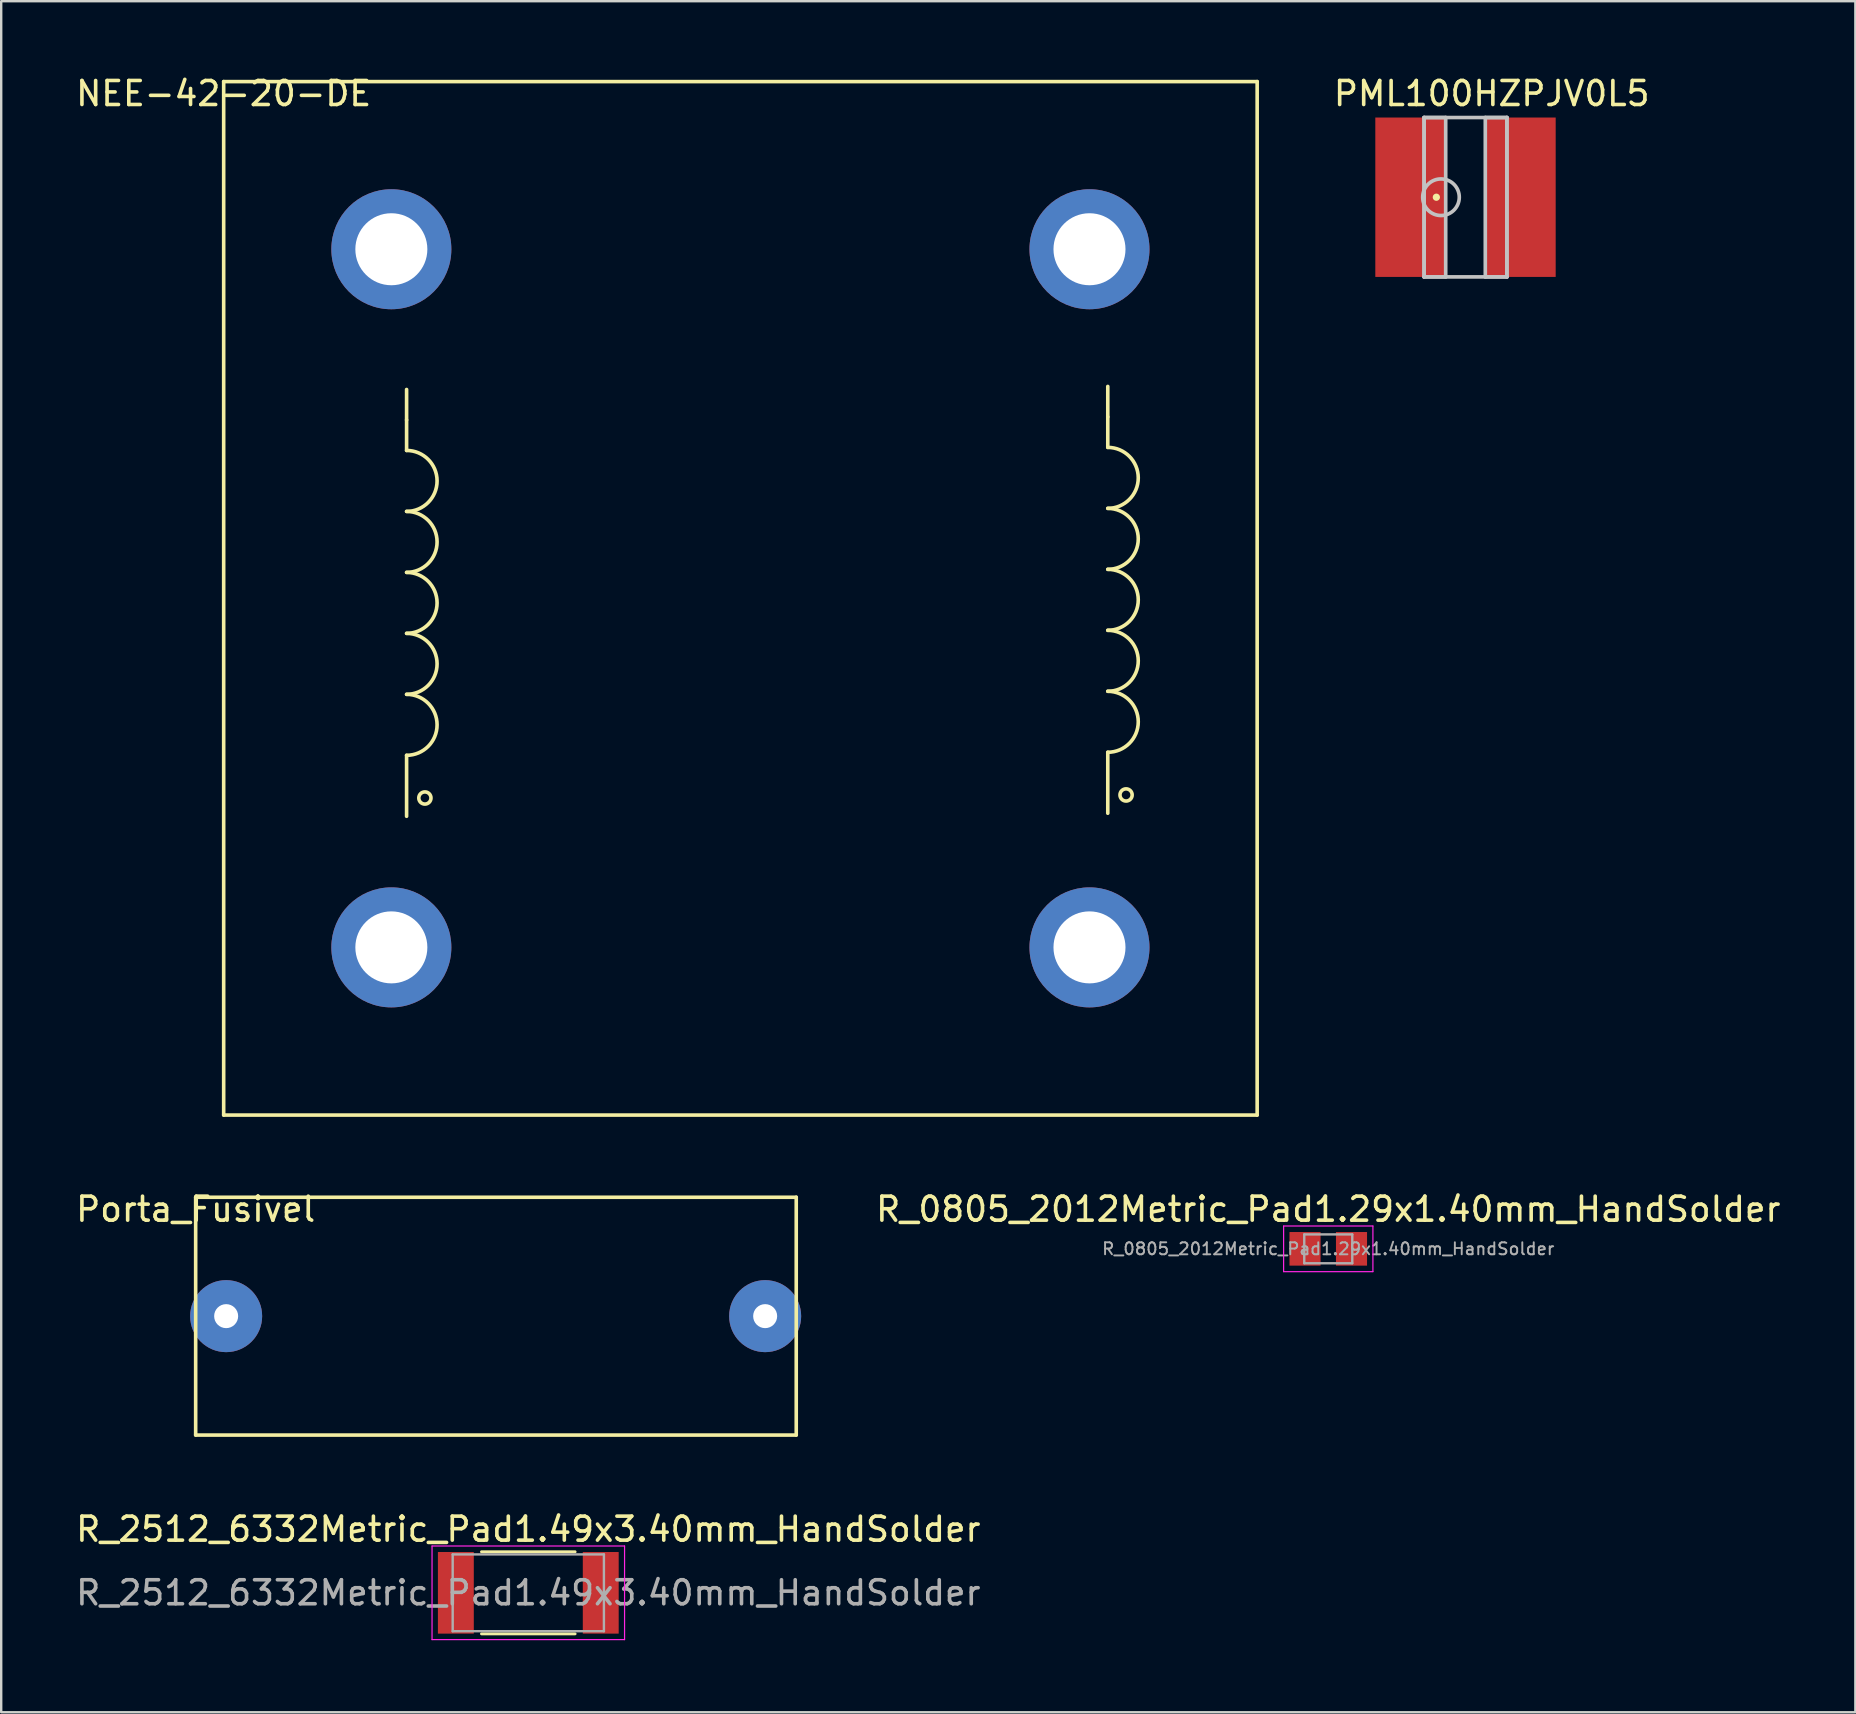
<source format=kicad_pcb>
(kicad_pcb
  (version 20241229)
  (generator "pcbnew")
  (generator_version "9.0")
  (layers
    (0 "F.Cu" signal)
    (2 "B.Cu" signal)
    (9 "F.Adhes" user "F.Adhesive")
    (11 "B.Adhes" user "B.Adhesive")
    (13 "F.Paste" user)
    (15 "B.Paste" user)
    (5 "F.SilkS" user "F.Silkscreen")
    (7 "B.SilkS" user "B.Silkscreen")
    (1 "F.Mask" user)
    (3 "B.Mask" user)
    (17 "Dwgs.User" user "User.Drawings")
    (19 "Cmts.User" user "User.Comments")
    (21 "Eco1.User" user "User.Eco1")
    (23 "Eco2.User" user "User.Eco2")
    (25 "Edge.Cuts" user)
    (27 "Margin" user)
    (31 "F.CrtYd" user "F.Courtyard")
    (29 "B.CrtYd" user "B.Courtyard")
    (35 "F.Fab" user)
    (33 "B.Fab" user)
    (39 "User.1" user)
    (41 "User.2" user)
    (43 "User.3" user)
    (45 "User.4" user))
  (footprint "R_0805_2012Metric_Pad1.29x1.40mm_HandSolder"
    (layer "F.Cu")
    (at 52.283 48.974)
    (property "Reference" "R_0805_2012Metric_Pad1.29x1.40mm_HandSolder" (at 0 -1.65 0) (layer "F.SilkS") (effects (font (size 1 1) (thickness 0.15))))
    (attr smd)
    (fp_line (start -1.86 -0.95) (end 1.86 -0.95) (stroke (width 0.05) (type solid)) (layer "F.CrtYd"))
    (fp_line (start -1.86 0.95) (end -1.86 -0.95) (stroke (width 0.05) (type solid)) (layer "F.CrtYd"))
    (fp_line (start 1.86 -0.95) (end 1.86 0.95) (stroke (width 0.05) (type solid)) (layer "F.CrtYd"))
    (fp_line (start 1.86 0.95) (end -1.86 0.95) (stroke (width 0.05) (type solid)) (layer "F.CrtYd"))
    (fp_line (start -1 -0.6) (end 1 -0.6) (stroke (width 0.1) (type solid)) (layer "F.Fab"))
    (fp_line (start -1 0.6) (end -1 -0.6) (stroke (width 0.1) (type solid)) (layer "F.Fab"))
    (fp_line (start 1 -0.6) (end 1 0.6) (stroke (width 0.1) (type solid)) (layer "F.Fab"))
    (fp_line (start 1 0.6) (end -1 0.6) (stroke (width 0.1) (type solid)) (layer "F.Fab"))
    (fp_text user "${REFERENCE}" (at 0 0 0) (layer "F.Fab") (effects (font (size 0.5 0.5) (thickness 0.08))))
    (pad "1" smd rect (at -0.968 0) (size 1.295 1.4) (layers "F.Cu" "F.Mask" "F.Paste"))
    (pad "2" smd rect (at 0.968 0) (size 1.295 1.4) (layers "F.Cu" "F.Mask" "F.Paste")))
  (footprint "NEE-42-20-DE"
    (layer "F.Cu")
    (at 6.268 0.348)
    (property "Reference" "NEE-42-20-DE" (at 0 0.5 0) (layer "F.SilkS") (effects (font (size 1 1) (thickness 0.15))))
    (attr through_hole)
    (fp_line (start 0 0) (end 0 43.053) (stroke (width 0.15) (type solid)) (layer "F.SilkS"))
    (fp_line (start 0 0) (end 43.053 0) (stroke (width 0.15) (type solid)) (layer "F.SilkS"))
    (fp_line (start 0 43.053) (end 43.053 43.053) (stroke (width 0.15) (type solid)) (layer "F.SilkS"))
    (fp_line (start 7.62 14.097) (end 7.62 12.827) (stroke (width 0.15) (type solid)) (layer "F.SilkS"))
    (fp_line (start 7.62 15.367) (end 7.62 14.097) (stroke (width 0.15) (type solid)) (layer "F.SilkS"))
    (fp_line (start 7.62 30.607) (end 7.62 28.067) (stroke (width 0.15) (type solid)) (layer "F.SilkS"))
    (fp_line (start 36.83 13.97) (end 36.83 12.7) (stroke (width 0.15) (type solid)) (layer "F.SilkS"))
    (fp_line (start 36.83 15.24) (end 36.83 13.97) (stroke (width 0.15) (type solid)) (layer "F.SilkS"))
    (fp_line (start 36.83 30.48) (end 36.83 27.94) (stroke (width 0.15) (type solid)) (layer "F.SilkS"))
    (fp_line (start 43.053 0) (end 43.053 43.053) (stroke (width 0.15) (type solid)) (layer "F.SilkS"))
    (fp_arc (start 7.62 15.367) (mid 8.89 16.637) (end 7.62 17.907) (stroke (width 0.15) (type solid)) (layer "F.SilkS"))
    (fp_arc (start 7.62 17.907) (mid 8.89 19.177) (end 7.62 20.447) (stroke (width 0.15) (type solid)) (layer "F.SilkS"))
    (fp_arc (start 7.62 20.447) (mid 8.89 21.717) (end 7.62 22.987) (stroke (width 0.15) (type solid)) (layer "F.SilkS"))
    (fp_arc (start 7.62 22.987) (mid 8.89 24.257) (end 7.62 25.527) (stroke (width 0.15) (type solid)) (layer "F.SilkS"))
    (fp_arc (start 7.62 25.527) (mid 8.89 26.797) (end 7.62 28.067) (stroke (width 0.15) (type solid)) (layer "F.SilkS"))
    (fp_arc (start 36.83 15.24) (mid 38.1 16.51) (end 36.83 17.78) (stroke (width 0.15) (type solid)) (layer "F.SilkS"))
    (fp_arc (start 36.83 17.78) (mid 38.1 19.05) (end 36.83 20.32) (stroke (width 0.15) (type solid)) (layer "F.SilkS"))
    (fp_arc (start 36.83 20.32) (mid 38.1 21.59) (end 36.83 22.86) (stroke (width 0.15) (type solid)) (layer "F.SilkS"))
    (fp_arc (start 36.83 22.86) (mid 38.1 24.13) (end 36.83 25.4) (stroke (width 0.15) (type solid)) (layer "F.SilkS"))
    (fp_arc (start 36.83 25.4) (mid 38.1 26.67) (end 36.83 27.94) (stroke (width 0.15) (type solid)) (layer "F.SilkS"))
    (fp_circle (center 8.382 29.845) (end 8.636 29.845) (stroke (width 0.15) (type solid)) (fill no) (layer "F.SilkS"))
    (fp_circle (center 37.592 29.718) (end 37.846 29.718) (stroke (width 0.15) (type solid)) (fill no) (layer "F.SilkS"))
    (pad "1" thru_hole circle (at 6.985 36.068 90) (size 5 5) (drill 3) (layers "*.Cu" "*.Mask"))
    (pad "2" thru_hole circle (at 6.985 6.985) (size 5 5) (drill 3) (layers "*.Cu" "*.Mask"))
    (pad "3" thru_hole circle (at 36.068 36.068 180) (size 5 5) (drill 3) (layers "*.Cu" "*.Mask"))
    (pad "4" thru_hole circle (at 36.068 6.985 270) (size 5 5) (drill 3) (layers "*.Cu" "*.Mask")))
  (footprint "PML100HZPJV0L5"
    (layer "F.Cu")
    (at 58 5.166)
    (property "Reference" "PML100HZPJV0L5" (at 1.092 -4.318 0) (layer "F.SilkS") (effects (font (size 1 1) (thickness 0.15))))
    (attr through_hole)
    (fp_circle (center -1.214 0) (end -1.138 0) (stroke (width 0.152) (type solid)) (fill no) (layer "F.SilkS"))
    (fp_line (start -1.725 -3.32) (end -1.725 3.32) (stroke (width 0.152) (type solid)) (layer "Dwgs.User"))
    (fp_line (start -1.725 -3.32) (end -1.725 3.32) (stroke (width 0.152) (type solid)) (layer "Dwgs.User"))
    (fp_line (start -1.725 3.32) (end -0.825 3.32) (stroke (width 0.152) (type solid)) (layer "Dwgs.User"))
    (fp_line (start -1.725 3.32) (end 1.725 3.32) (stroke (width 0.152) (type solid)) (layer "Dwgs.User"))
    (fp_line (start -0.825 -3.32) (end -1.725 -3.32) (stroke (width 0.152) (type solid)) (layer "Dwgs.User"))
    (fp_line (start -0.825 3.32) (end -0.825 -3.32) (stroke (width 0.152) (type solid)) (layer "Dwgs.User"))
    (fp_line (start 0.825 -3.32) (end 0.825 3.32) (stroke (width 0.152) (type solid)) (layer "Dwgs.User"))
    (fp_line (start 0.825 3.32) (end 1.725 3.32) (stroke (width 0.152) (type solid)) (layer "Dwgs.User"))
    (fp_line (start 1.725 -3.32) (end -1.725 -3.32) (stroke (width 0.152) (type solid)) (layer "Dwgs.User"))
    (fp_line (start 1.725 -3.32) (end 0.825 -3.32) (stroke (width 0.152) (type solid)) (layer "Dwgs.User"))
    (fp_line (start 1.725 3.32) (end 1.725 -3.32) (stroke (width 0.152) (type solid)) (layer "Dwgs.User"))
    (fp_line (start 1.725 3.32) (end 1.725 -3.32) (stroke (width 0.152) (type solid)) (layer "Dwgs.User"))
    (fp_circle (center -1.021 0) (end -0.259 0) (stroke (width 0.152) (type solid)) (fill no) (layer "Dwgs.User"))
    (fp_text user "Copyright 2016 Accelerated Designs. All rights reserved." (at 0 0 0) (layer "Cmts.User") (effects (font (size 0.127 0.127) (thickness 0.002))))
    (pad "1" smd rect (at -2.291 0) (size 2.932 6.64) (layers "F.Cu" "F.Mask" "F.Paste"))
    (pad "2" smd rect (at 2.291 0) (size 2.932 6.64) (layers "F.Cu" "F.Mask" "F.Paste")))
  (footprint "Porta_Fusivel"
    (layer "F.Cu")
    (at 5.101 46.825)
    (property "Reference" "Porta_Fusivel" (at 0 0.5 0) (layer "F.SilkS") (effects (font (size 1 1) (thickness 0.15))))
    (attr through_hole)
    (fp_line (start 0 0) (end 0 9.906) (stroke (width 0.15) (type solid)) (layer "F.SilkS"))
    (fp_line (start 0 0) (end 25.019 0) (stroke (width 0.15) (type solid)) (layer "F.SilkS"))
    (fp_line (start 0 9.906) (end 25.019 9.906) (stroke (width 0.15) (type solid)) (layer "F.SilkS"))
    (fp_line (start 25.019 0) (end 25.019 9.906) (stroke (width 0.15) (type solid)) (layer "F.SilkS"))
    (pad "1" thru_hole circle (at 1.27 4.953) (size 3 3) (drill 1) (layers "*.Cu" "*.Mask"))
    (pad "2" thru_hole circle (at 23.724 4.953 180) (size 3 3) (drill 1) (layers "*.Cu" "*.Mask")))
  (footprint "R_2512_6332Metric_Pad1.49x3.40mm_HandSolder"
    (layer "F.Cu")
    (at 18.958 63.304)
    (property "Reference" "R_2512_6332Metric_Pad1.49x3.40mm_HandSolder" (at 0 -2.65 0) (layer "F.SilkS") (effects (font (size 1 1) (thickness 0.15))))
    (attr smd)
    (fp_line (start -1.95 -1.71) (end 1.95 -1.71) (stroke (width 0.12) (type solid)) (layer "F.SilkS"))
    (fp_line (start -1.95 1.71) (end 1.95 1.71) (stroke (width 0.12) (type solid)) (layer "F.SilkS"))
    (fp_line (start -4.01 -1.95) (end 4.01 -1.95) (stroke (width 0.05) (type solid)) (layer "F.CrtYd"))
    (fp_line (start -4.01 1.95) (end -4.01 -1.95) (stroke (width 0.05) (type solid)) (layer "F.CrtYd"))
    (fp_line (start 4.01 -1.95) (end 4.01 1.95) (stroke (width 0.05) (type solid)) (layer "F.CrtYd"))
    (fp_line (start 4.01 1.95) (end -4.01 1.95) (stroke (width 0.05) (type solid)) (layer "F.CrtYd"))
    (fp_line (start -3.15 -1.6) (end 3.15 -1.6) (stroke (width 0.1) (type solid)) (layer "F.Fab"))
    (fp_line (start -3.15 1.6) (end -3.15 -1.6) (stroke (width 0.1) (type solid)) (layer "F.Fab"))
    (fp_line (start 3.15 -1.6) (end 3.15 1.6) (stroke (width 0.1) (type solid)) (layer "F.Fab"))
    (fp_line (start 3.15 1.6) (end -3.15 1.6) (stroke (width 0.1) (type solid)) (layer "F.Fab"))
    (fp_text user "${REFERENCE}" (at 0 0 0) (layer "F.Fab") (effects (font (size 1 1) (thickness 0.15))))
    (pad "1" smd rect (at -3.018 0) (size 1.495 3.4) (layers "F.Cu" "F.Mask" "F.Paste"))
    (pad "2" smd rect (at 3.018 0) (size 1.495 3.4) (layers "F.Cu" "F.Mask" "F.Paste")))
  (gr_rect
    (start -3 -3)
    (end 74.241 68.279)
    (stroke (width 0.1) (type default))
    (fill no)
    (layer "Edge.Cuts")))
</source>
